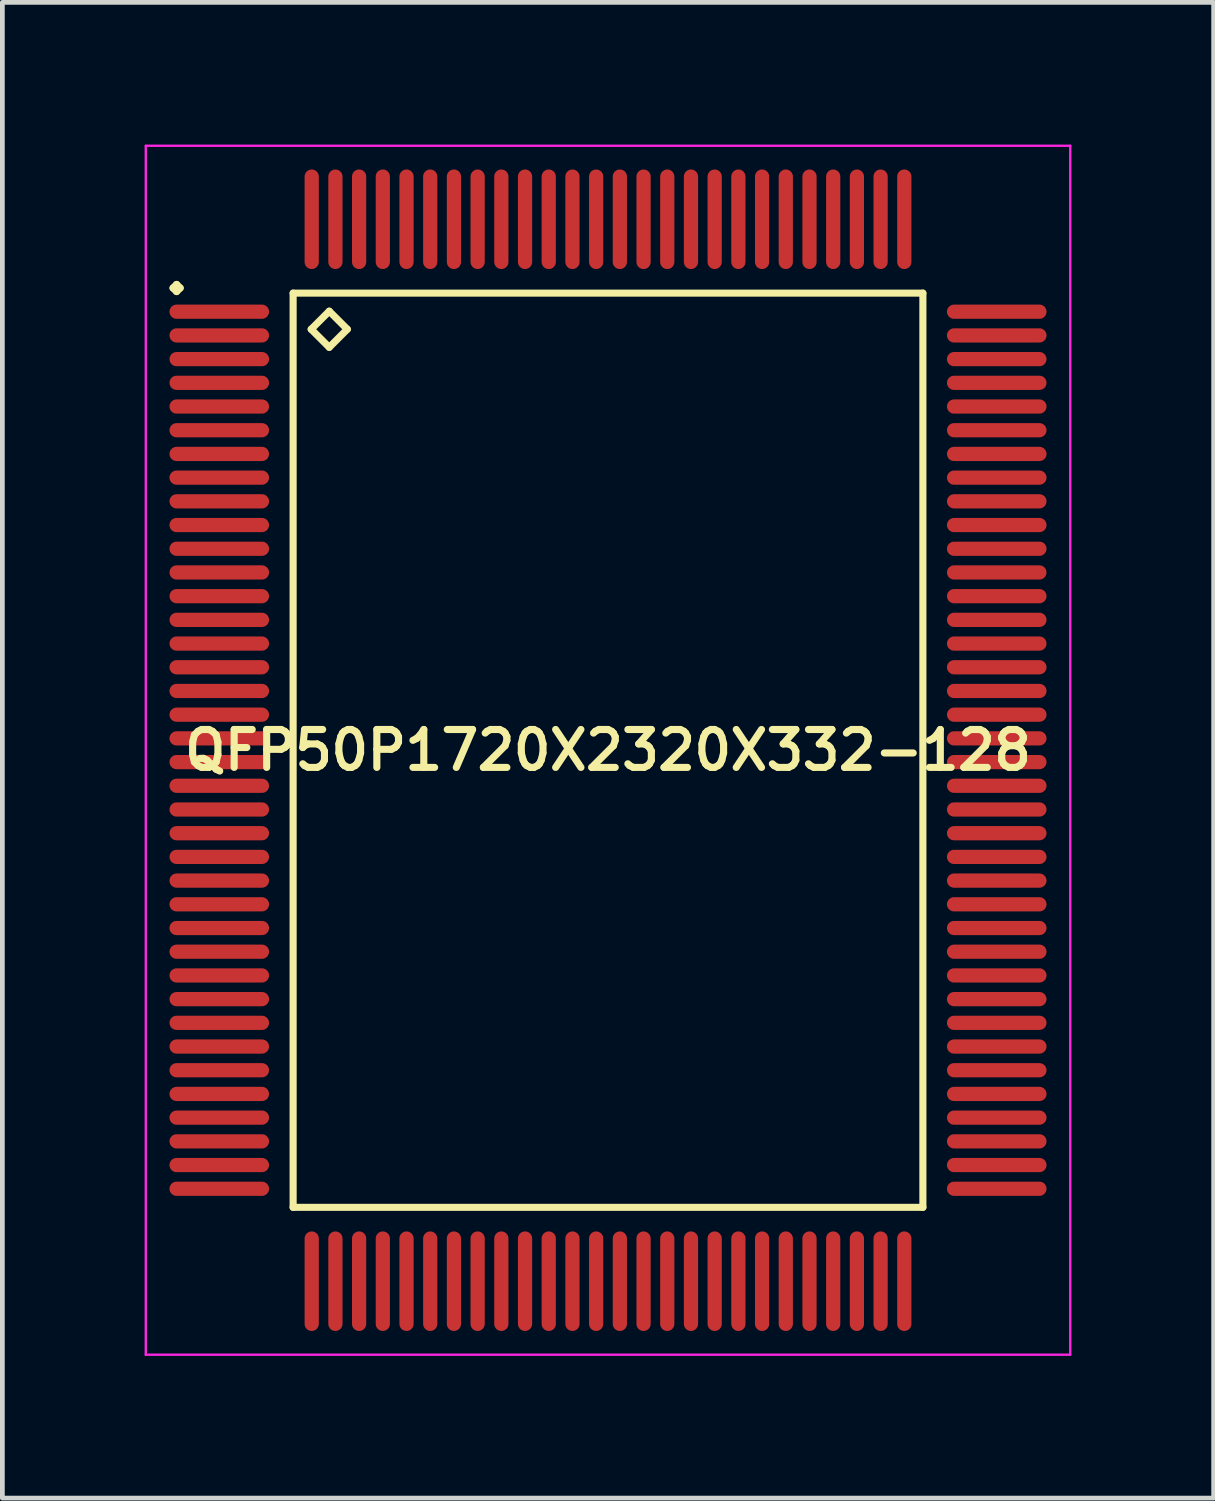
<source format=kicad_pcb>
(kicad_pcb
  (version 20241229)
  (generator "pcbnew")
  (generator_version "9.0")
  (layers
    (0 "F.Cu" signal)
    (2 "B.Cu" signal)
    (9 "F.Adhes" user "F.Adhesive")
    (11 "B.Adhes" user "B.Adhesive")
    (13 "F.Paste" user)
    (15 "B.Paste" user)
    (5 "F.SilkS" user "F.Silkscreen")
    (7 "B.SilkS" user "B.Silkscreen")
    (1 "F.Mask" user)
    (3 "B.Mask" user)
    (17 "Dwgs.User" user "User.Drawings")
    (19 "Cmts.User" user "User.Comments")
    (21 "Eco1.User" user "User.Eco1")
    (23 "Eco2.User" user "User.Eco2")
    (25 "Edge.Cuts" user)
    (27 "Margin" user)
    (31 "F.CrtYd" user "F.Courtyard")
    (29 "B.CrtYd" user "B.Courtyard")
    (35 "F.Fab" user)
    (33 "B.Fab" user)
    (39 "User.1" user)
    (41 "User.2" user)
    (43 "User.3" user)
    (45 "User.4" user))
  (footprint "QFP50P1720X2320X332-128"
    (layer "F.Cu")
    (at 9.775 12.775)
    (property "Reference" "QFP50P1720X2320X332-128" (at 0 0 0) (layer "F.SilkS") (effects (font (size 0.8 0.8) (thickness 0.15))))
    (attr smd)
    (fp_line (start -9.175 -9.75) (end -9.1 -9.825) (stroke (width 0.15) (type solid)) (layer "F.SilkS"))
    (fp_line (start -9.1 -9.825) (end -9.025 -9.75) (stroke (width 0.15) (type solid)) (layer "F.SilkS"))
    (fp_line (start -9.1 -9.675) (end -9.175 -9.75) (stroke (width 0.15) (type solid)) (layer "F.SilkS"))
    (fp_line (start -9.025 -9.75) (end -9.1 -9.675) (stroke (width 0.15) (type solid)) (layer "F.SilkS"))
    (fp_line (start -6.642 -9.642) (end -6.642 9.642) (stroke (width 0.15) (type solid)) (layer "F.SilkS"))
    (fp_line (start -6.642 9.642) (end 6.642 9.642) (stroke (width 0.15) (type solid)) (layer "F.SilkS"))
    (fp_line (start -6.261 -8.88) (end -5.88 -9.261) (stroke (width 0.15) (type solid)) (layer "F.SilkS"))
    (fp_line (start -5.88 -9.261) (end -5.499 -8.88) (stroke (width 0.15) (type solid)) (layer "F.SilkS"))
    (fp_line (start -5.88 -8.499) (end -6.261 -8.88) (stroke (width 0.15) (type solid)) (layer "F.SilkS"))
    (fp_line (start -5.499 -8.88) (end -5.88 -8.499) (stroke (width 0.15) (type solid)) (layer "F.SilkS"))
    (fp_line (start 6.642 -9.642) (end -6.642 -9.642) (stroke (width 0.15) (type solid)) (layer "F.SilkS"))
    (fp_line (start 6.642 9.642) (end 6.642 -9.642) (stroke (width 0.15) (type solid)) (layer "F.SilkS"))
    (fp_line (start -9.75 -12.75) (end 9.75 -12.75) (stroke (width 0.05) (type solid)) (layer "F.CrtYd"))
    (fp_line (start -9.75 12.75) (end -9.75 -12.75) (stroke (width 0.05) (type solid)) (layer "F.CrtYd"))
    (fp_line (start 9.75 -12.75) (end 9.75 12.75) (stroke (width 0.05) (type solid)) (layer "F.CrtYd"))
    (fp_line (start 9.75 12.75) (end -9.75 12.75) (stroke (width 0.05) (type solid)) (layer "F.CrtYd"))
    (pad "1" smd oval (at -8.2 -9.25) (size 2.1 0.3) (layers "F.Cu" "F.Mask" "F.Paste"))
    (pad "2" smd oval (at -8.2 -8.75) (size 2.1 0.3) (layers "F.Cu" "F.Mask" "F.Paste"))
    (pad "3" smd oval (at -8.2 -8.25) (size 2.1 0.3) (layers "F.Cu" "F.Mask" "F.Paste"))
    (pad "4" smd oval (at -8.2 -7.75) (size 2.1 0.3) (layers "F.Cu" "F.Mask" "F.Paste"))
    (pad "5" smd oval (at -8.2 -7.25) (size 2.1 0.3) (layers "F.Cu" "F.Mask" "F.Paste"))
    (pad "6" smd oval (at -8.2 -6.75) (size 2.1 0.3) (layers "F.Cu" "F.Mask" "F.Paste"))
    (pad "7" smd oval (at -8.2 -6.25) (size 2.1 0.3) (layers "F.Cu" "F.Mask" "F.Paste"))
    (pad "8" smd oval (at -8.2 -5.75) (size 2.1 0.3) (layers "F.Cu" "F.Mask" "F.Paste"))
    (pad "9" smd oval (at -8.2 -5.25) (size 2.1 0.3) (layers "F.Cu" "F.Mask" "F.Paste"))
    (pad "10" smd oval (at -8.2 -4.75) (size 2.1 0.3) (layers "F.Cu" "F.Mask" "F.Paste"))
    (pad "11" smd oval (at -8.2 -4.25) (size 2.1 0.3) (layers "F.Cu" "F.Mask" "F.Paste"))
    (pad "12" smd oval (at -8.2 -3.75) (size 2.1 0.3) (layers "F.Cu" "F.Mask" "F.Paste"))
    (pad "13" smd oval (at -8.2 -3.25) (size 2.1 0.3) (layers "F.Cu" "F.Mask" "F.Paste"))
    (pad "14" smd oval (at -8.2 -2.75) (size 2.1 0.3) (layers "F.Cu" "F.Mask" "F.Paste"))
    (pad "15" smd oval (at -8.2 -2.25) (size 2.1 0.3) (layers "F.Cu" "F.Mask" "F.Paste"))
    (pad "16" smd oval (at -8.2 -1.75) (size 2.1 0.3) (layers "F.Cu" "F.Mask" "F.Paste"))
    (pad "17" smd oval (at -8.2 -1.25) (size 2.1 0.3) (layers "F.Cu" "F.Mask" "F.Paste"))
    (pad "18" smd oval (at -8.2 -0.75) (size 2.1 0.3) (layers "F.Cu" "F.Mask" "F.Paste"))
    (pad "19" smd oval (at -8.2 -0.25) (size 2.1 0.3) (layers "F.Cu" "F.Mask" "F.Paste"))
    (pad "20" smd oval (at -8.2 0.25) (size 2.1 0.3) (layers "F.Cu" "F.Mask" "F.Paste"))
    (pad "21" smd oval (at -8.2 0.75) (size 2.1 0.3) (layers "F.Cu" "F.Mask" "F.Paste"))
    (pad "22" smd oval (at -8.2 1.25) (size 2.1 0.3) (layers "F.Cu" "F.Mask" "F.Paste"))
    (pad "23" smd oval (at -8.2 1.75) (size 2.1 0.3) (layers "F.Cu" "F.Mask" "F.Paste"))
    (pad "24" smd oval (at -8.2 2.25) (size 2.1 0.3) (layers "F.Cu" "F.Mask" "F.Paste"))
    (pad "25" smd oval (at -8.2 2.75) (size 2.1 0.3) (layers "F.Cu" "F.Mask" "F.Paste"))
    (pad "26" smd oval (at -8.2 3.25) (size 2.1 0.3) (layers "F.Cu" "F.Mask" "F.Paste"))
    (pad "27" smd oval (at -8.2 3.75) (size 2.1 0.3) (layers "F.Cu" "F.Mask" "F.Paste"))
    (pad "28" smd oval (at -8.2 4.25) (size 2.1 0.3) (layers "F.Cu" "F.Mask" "F.Paste"))
    (pad "29" smd oval (at -8.2 4.75) (size 2.1 0.3) (layers "F.Cu" "F.Mask" "F.Paste"))
    (pad "30" smd oval (at -8.2 5.25) (size 2.1 0.3) (layers "F.Cu" "F.Mask" "F.Paste"))
    (pad "31" smd oval (at -8.2 5.75) (size 2.1 0.3) (layers "F.Cu" "F.Mask" "F.Paste"))
    (pad "32" smd oval (at -8.2 6.25) (size 2.1 0.3) (layers "F.Cu" "F.Mask" "F.Paste"))
    (pad "33" smd oval (at -8.2 6.75) (size 2.1 0.3) (layers "F.Cu" "F.Mask" "F.Paste"))
    (pad "34" smd oval (at -8.2 7.25) (size 2.1 0.3) (layers "F.Cu" "F.Mask" "F.Paste"))
    (pad "35" smd oval (at -8.2 7.75) (size 2.1 0.3) (layers "F.Cu" "F.Mask" "F.Paste"))
    (pad "36" smd oval (at -8.2 8.25) (size 2.1 0.3) (layers "F.Cu" "F.Mask" "F.Paste"))
    (pad "37" smd oval (at -8.2 8.75) (size 2.1 0.3) (layers "F.Cu" "F.Mask" "F.Paste"))
    (pad "38" smd oval (at -8.2 9.25) (size 2.1 0.3) (layers "F.Cu" "F.Mask" "F.Paste"))
    (pad "39" smd oval (at -6.25 11.2) (size 0.3 2.1) (layers "F.Cu" "F.Mask" "F.Paste"))
    (pad "40" smd oval (at -5.75 11.2) (size 0.3 2.1) (layers "F.Cu" "F.Mask" "F.Paste"))
    (pad "41" smd oval (at -5.25 11.2) (size 0.3 2.1) (layers "F.Cu" "F.Mask" "F.Paste"))
    (pad "42" smd oval (at -4.75 11.2) (size 0.3 2.1) (layers "F.Cu" "F.Mask" "F.Paste"))
    (pad "43" smd oval (at -4.25 11.2) (size 0.3 2.1) (layers "F.Cu" "F.Mask" "F.Paste"))
    (pad "44" smd oval (at -3.75 11.2) (size 0.3 2.1) (layers "F.Cu" "F.Mask" "F.Paste"))
    (pad "45" smd oval (at -3.25 11.2) (size 0.3 2.1) (layers "F.Cu" "F.Mask" "F.Paste"))
    (pad "46" smd oval (at -2.75 11.2) (size 0.3 2.1) (layers "F.Cu" "F.Mask" "F.Paste"))
    (pad "47" smd oval (at -2.25 11.2) (size 0.3 2.1) (layers "F.Cu" "F.Mask" "F.Paste"))
    (pad "48" smd oval (at -1.75 11.2) (size 0.3 2.1) (layers "F.Cu" "F.Mask" "F.Paste"))
    (pad "49" smd oval (at -1.25 11.2) (size 0.3 2.1) (layers "F.Cu" "F.Mask" "F.Paste"))
    (pad "50" smd oval (at -0.75 11.2) (size 0.3 2.1) (layers "F.Cu" "F.Mask" "F.Paste"))
    (pad "51" smd oval (at -0.25 11.2) (size 0.3 2.1) (layers "F.Cu" "F.Mask" "F.Paste"))
    (pad "52" smd oval (at 0.25 11.2) (size 0.3 2.1) (layers "F.Cu" "F.Mask" "F.Paste"))
    (pad "53" smd oval (at 0.75 11.2) (size 0.3 2.1) (layers "F.Cu" "F.Mask" "F.Paste"))
    (pad "54" smd oval (at 1.25 11.2) (size 0.3 2.1) (layers "F.Cu" "F.Mask" "F.Paste"))
    (pad "55" smd oval (at 1.75 11.2) (size 0.3 2.1) (layers "F.Cu" "F.Mask" "F.Paste"))
    (pad "56" smd oval (at 2.25 11.2) (size 0.3 2.1) (layers "F.Cu" "F.Mask" "F.Paste"))
    (pad "57" smd oval (at 2.75 11.2) (size 0.3 2.1) (layers "F.Cu" "F.Mask" "F.Paste"))
    (pad "58" smd oval (at 3.25 11.2) (size 0.3 2.1) (layers "F.Cu" "F.Mask" "F.Paste"))
    (pad "59" smd oval (at 3.75 11.2) (size 0.3 2.1) (layers "F.Cu" "F.Mask" "F.Paste"))
    (pad "60" smd oval (at 4.25 11.2) (size 0.3 2.1) (layers "F.Cu" "F.Mask" "F.Paste"))
    (pad "61" smd oval (at 4.75 11.2) (size 0.3 2.1) (layers "F.Cu" "F.Mask" "F.Paste"))
    (pad "62" smd oval (at 5.25 11.2) (size 0.3 2.1) (layers "F.Cu" "F.Mask" "F.Paste"))
    (pad "63" smd oval (at 5.75 11.2) (size 0.3 2.1) (layers "F.Cu" "F.Mask" "F.Paste"))
    (pad "64" smd oval (at 6.25 11.2) (size 0.3 2.1) (layers "F.Cu" "F.Mask" "F.Paste"))
    (pad "65" smd oval (at 8.2 9.25) (size 2.1 0.3) (layers "F.Cu" "F.Mask" "F.Paste"))
    (pad "66" smd oval (at 8.2 8.75) (size 2.1 0.3) (layers "F.Cu" "F.Mask" "F.Paste"))
    (pad "67" smd oval (at 8.2 8.25) (size 2.1 0.3) (layers "F.Cu" "F.Mask" "F.Paste"))
    (pad "68" smd oval (at 8.2 7.75) (size 2.1 0.3) (layers "F.Cu" "F.Mask" "F.Paste"))
    (pad "69" smd oval (at 8.2 7.25) (size 2.1 0.3) (layers "F.Cu" "F.Mask" "F.Paste"))
    (pad "70" smd oval (at 8.2 6.75) (size 2.1 0.3) (layers "F.Cu" "F.Mask" "F.Paste"))
    (pad "71" smd oval (at 8.2 6.25) (size 2.1 0.3) (layers "F.Cu" "F.Mask" "F.Paste"))
    (pad "72" smd oval (at 8.2 5.75) (size 2.1 0.3) (layers "F.Cu" "F.Mask" "F.Paste"))
    (pad "73" smd oval (at 8.2 5.25) (size 2.1 0.3) (layers "F.Cu" "F.Mask" "F.Paste"))
    (pad "74" smd oval (at 8.2 4.75) (size 2.1 0.3) (layers "F.Cu" "F.Mask" "F.Paste"))
    (pad "75" smd oval (at 8.2 4.25) (size 2.1 0.3) (layers "F.Cu" "F.Mask" "F.Paste"))
    (pad "76" smd oval (at 8.2 3.75) (size 2.1 0.3) (layers "F.Cu" "F.Mask" "F.Paste"))
    (pad "77" smd oval (at 8.2 3.25) (size 2.1 0.3) (layers "F.Cu" "F.Mask" "F.Paste"))
    (pad "78" smd oval (at 8.2 2.75) (size 2.1 0.3) (layers "F.Cu" "F.Mask" "F.Paste"))
    (pad "79" smd oval (at 8.2 2.25) (size 2.1 0.3) (layers "F.Cu" "F.Mask" "F.Paste"))
    (pad "80" smd oval (at 8.2 1.75) (size 2.1 0.3) (layers "F.Cu" "F.Mask" "F.Paste"))
    (pad "81" smd oval (at 8.2 1.25) (size 2.1 0.3) (layers "F.Cu" "F.Mask" "F.Paste"))
    (pad "82" smd oval (at 8.2 0.75) (size 2.1 0.3) (layers "F.Cu" "F.Mask" "F.Paste"))
    (pad "83" smd oval (at 8.2 0.25) (size 2.1 0.3) (layers "F.Cu" "F.Mask" "F.Paste"))
    (pad "84" smd oval (at 8.2 -0.25) (size 2.1 0.3) (layers "F.Cu" "F.Mask" "F.Paste"))
    (pad "85" smd oval (at 8.2 -0.75) (size 2.1 0.3) (layers "F.Cu" "F.Mask" "F.Paste"))
    (pad "86" smd oval (at 8.2 -1.25) (size 2.1 0.3) (layers "F.Cu" "F.Mask" "F.Paste"))
    (pad "87" smd oval (at 8.2 -1.75) (size 2.1 0.3) (layers "F.Cu" "F.Mask" "F.Paste"))
    (pad "88" smd oval (at 8.2 -2.25) (size 2.1 0.3) (layers "F.Cu" "F.Mask" "F.Paste"))
    (pad "89" smd oval (at 8.2 -2.75) (size 2.1 0.3) (layers "F.Cu" "F.Mask" "F.Paste"))
    (pad "90" smd oval (at 8.2 -3.25) (size 2.1 0.3) (layers "F.Cu" "F.Mask" "F.Paste"))
    (pad "91" smd oval (at 8.2 -3.75) (size 2.1 0.3) (layers "F.Cu" "F.Mask" "F.Paste"))
    (pad "92" smd oval (at 8.2 -4.25) (size 2.1 0.3) (layers "F.Cu" "F.Mask" "F.Paste"))
    (pad "93" smd oval (at 8.2 -4.75) (size 2.1 0.3) (layers "F.Cu" "F.Mask" "F.Paste"))
    (pad "94" smd oval (at 8.2 -5.25) (size 2.1 0.3) (layers "F.Cu" "F.Mask" "F.Paste"))
    (pad "95" smd oval (at 8.2 -5.75) (size 2.1 0.3) (layers "F.Cu" "F.Mask" "F.Paste"))
    (pad "96" smd oval (at 8.2 -6.25) (size 2.1 0.3) (layers "F.Cu" "F.Mask" "F.Paste"))
    (pad "97" smd oval (at 8.2 -6.75) (size 2.1 0.3) (layers "F.Cu" "F.Mask" "F.Paste"))
    (pad "98" smd oval (at 8.2 -7.25) (size 2.1 0.3) (layers "F.Cu" "F.Mask" "F.Paste"))
    (pad "99" smd oval (at 8.2 -7.75) (size 2.1 0.3) (layers "F.Cu" "F.Mask" "F.Paste"))
    (pad "100" smd oval (at 8.2 -8.25) (size 2.1 0.3) (layers "F.Cu" "F.Mask" "F.Paste"))
    (pad "101" smd oval (at 8.2 -8.75) (size 2.1 0.3) (layers "F.Cu" "F.Mask" "F.Paste"))
    (pad "102" smd oval (at 8.2 -9.25) (size 2.1 0.3) (layers "F.Cu" "F.Mask" "F.Paste"))
    (pad "103" smd oval (at 6.25 -11.2) (size 0.3 2.1) (layers "F.Cu" "F.Mask" "F.Paste"))
    (pad "104" smd oval (at 5.75 -11.2) (size 0.3 2.1) (layers "F.Cu" "F.Mask" "F.Paste"))
    (pad "105" smd oval (at 5.25 -11.2) (size 0.3 2.1) (layers "F.Cu" "F.Mask" "F.Paste"))
    (pad "106" smd oval (at 4.75 -11.2) (size 0.3 2.1) (layers "F.Cu" "F.Mask" "F.Paste"))
    (pad "107" smd oval (at 4.25 -11.2) (size 0.3 2.1) (layers "F.Cu" "F.Mask" "F.Paste"))
    (pad "108" smd oval (at 3.75 -11.2) (size 0.3 2.1) (layers "F.Cu" "F.Mask" "F.Paste"))
    (pad "109" smd oval (at 3.25 -11.2) (size 0.3 2.1) (layers "F.Cu" "F.Mask" "F.Paste"))
    (pad "110" smd oval (at 2.75 -11.2) (size 0.3 2.1) (layers "F.Cu" "F.Mask" "F.Paste"))
    (pad "111" smd oval (at 2.25 -11.2) (size 0.3 2.1) (layers "F.Cu" "F.Mask" "F.Paste"))
    (pad "112" smd oval (at 1.75 -11.2) (size 0.3 2.1) (layers "F.Cu" "F.Mask" "F.Paste"))
    (pad "113" smd oval (at 1.25 -11.2) (size 0.3 2.1) (layers "F.Cu" "F.Mask" "F.Paste"))
    (pad "114" smd oval (at 0.75 -11.2) (size 0.3 2.1) (layers "F.Cu" "F.Mask" "F.Paste"))
    (pad "115" smd oval (at 0.25 -11.2) (size 0.3 2.1) (layers "F.Cu" "F.Mask" "F.Paste"))
    (pad "116" smd oval (at -0.25 -11.2) (size 0.3 2.1) (layers "F.Cu" "F.Mask" "F.Paste"))
    (pad "117" smd oval (at -0.75 -11.2) (size 0.3 2.1) (layers "F.Cu" "F.Mask" "F.Paste"))
    (pad "118" smd oval (at -1.25 -11.2) (size 0.3 2.1) (layers "F.Cu" "F.Mask" "F.Paste"))
    (pad "119" smd oval (at -1.75 -11.2) (size 0.3 2.1) (layers "F.Cu" "F.Mask" "F.Paste"))
    (pad "120" smd oval (at -2.25 -11.2) (size 0.3 2.1) (layers "F.Cu" "F.Mask" "F.Paste"))
    (pad "121" smd oval (at -2.75 -11.2) (size 0.3 2.1) (layers "F.Cu" "F.Mask" "F.Paste"))
    (pad "122" smd oval (at -3.25 -11.2) (size 0.3 2.1) (layers "F.Cu" "F.Mask" "F.Paste"))
    (pad "123" smd oval (at -3.75 -11.2) (size 0.3 2.1) (layers "F.Cu" "F.Mask" "F.Paste"))
    (pad "124" smd oval (at -4.25 -11.2) (size 0.3 2.1) (layers "F.Cu" "F.Mask" "F.Paste"))
    (pad "125" smd oval (at -4.75 -11.2) (size 0.3 2.1) (layers "F.Cu" "F.Mask" "F.Paste"))
    (pad "126" smd oval (at -5.25 -11.2) (size 0.3 2.1) (layers "F.Cu" "F.Mask" "F.Paste"))
    (pad "127" smd oval (at -5.75 -11.2) (size 0.3 2.1) (layers "F.Cu" "F.Mask" "F.Paste"))
    (pad "128" smd oval (at -6.25 -11.2) (size 0.3 2.1) (layers "F.Cu" "F.Mask" "F.Paste")))
  (gr_rect
    (start -3 -3)
    (end 22.55 28.55)
    (stroke (width 0.1) (type default))
    (fill no)
    (layer "Edge.Cuts")))
</source>
